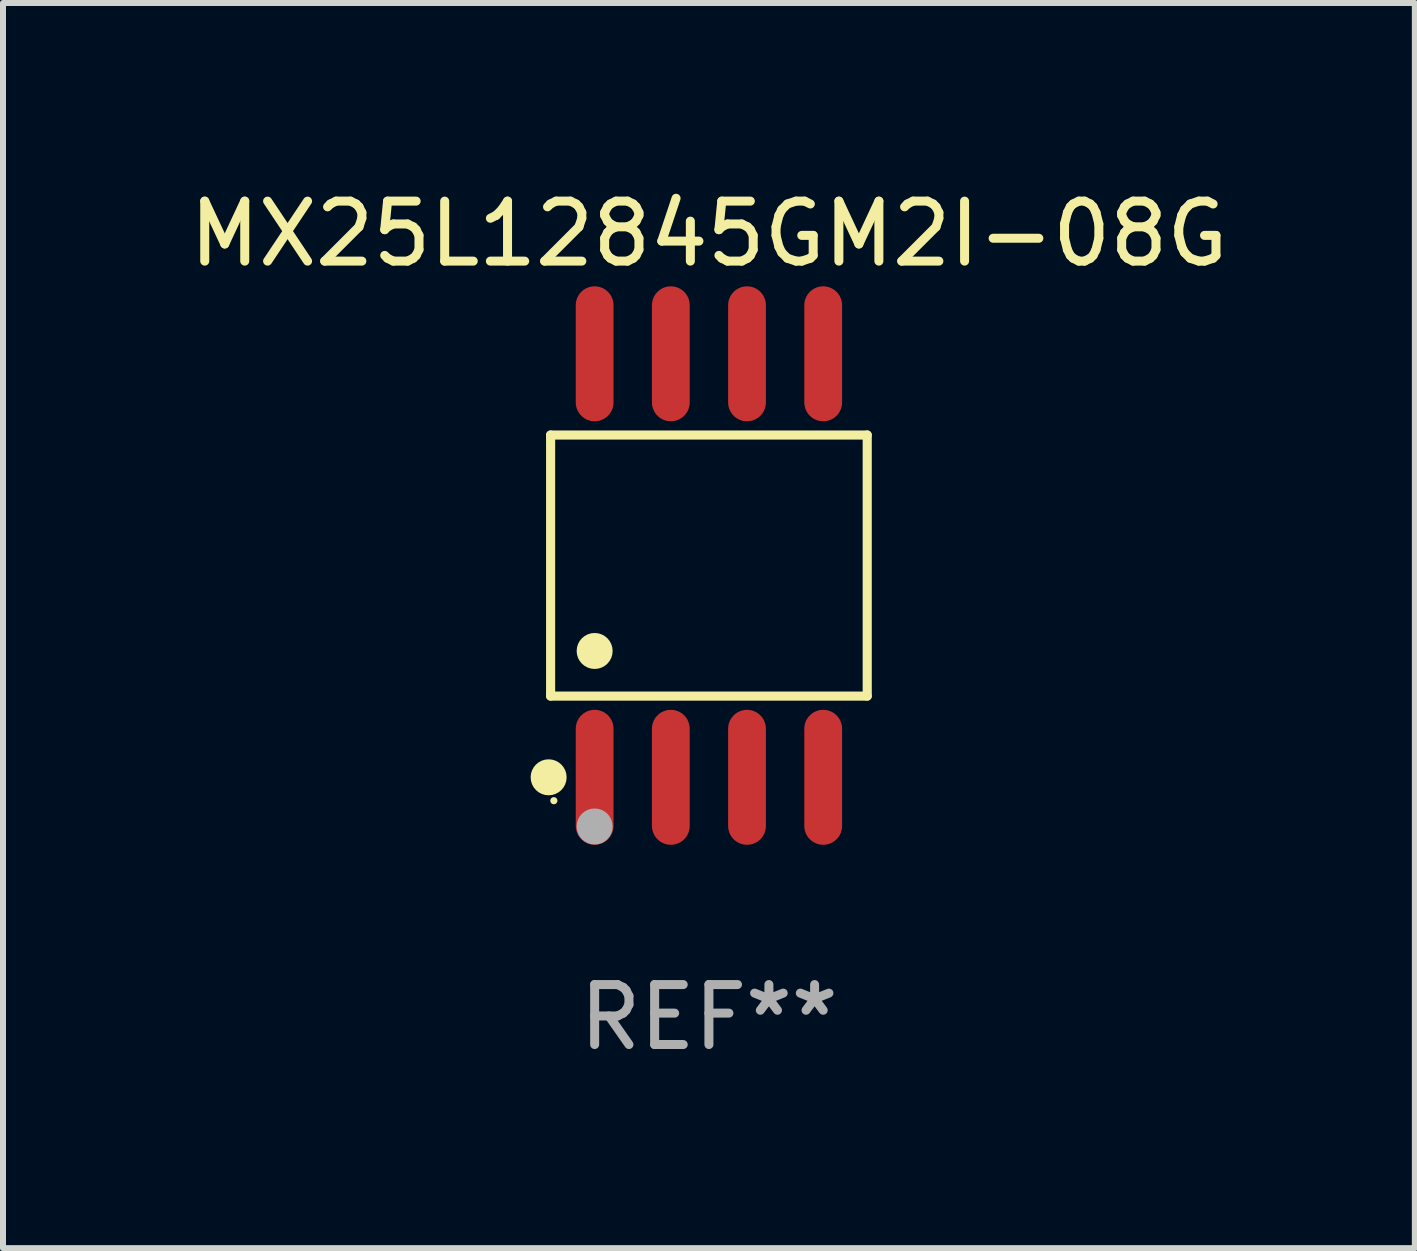
<source format=kicad_pcb>
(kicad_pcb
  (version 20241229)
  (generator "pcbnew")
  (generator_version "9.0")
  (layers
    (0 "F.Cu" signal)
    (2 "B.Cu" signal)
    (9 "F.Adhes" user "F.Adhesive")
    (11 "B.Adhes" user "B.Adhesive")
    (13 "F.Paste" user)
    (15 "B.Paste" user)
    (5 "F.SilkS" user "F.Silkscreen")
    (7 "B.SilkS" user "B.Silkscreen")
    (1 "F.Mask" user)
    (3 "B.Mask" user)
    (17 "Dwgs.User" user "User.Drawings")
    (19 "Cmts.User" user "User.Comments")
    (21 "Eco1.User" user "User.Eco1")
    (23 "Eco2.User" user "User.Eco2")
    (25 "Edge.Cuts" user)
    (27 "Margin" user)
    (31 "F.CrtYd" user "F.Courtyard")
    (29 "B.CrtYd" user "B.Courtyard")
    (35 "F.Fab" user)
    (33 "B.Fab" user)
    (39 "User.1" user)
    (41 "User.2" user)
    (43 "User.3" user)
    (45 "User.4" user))
  (footprint "MX25L12845GM2I-08G"
    (layer "F.Cu")
    (at 8.768 6.378)
    (property "Reference" "MX25L12845GM2I-08G" (at 0 -5.53 0) (layer "F.SilkS") (effects (font (size 1 1) (thickness 0.15))))
    (attr through_hole)
    (fp_line (start -2.639 -2.176) (end 2.639 -2.176) (stroke (width 0.152) (type solid)) (layer "F.SilkS"))
    (fp_line (start -2.639 2.176) (end -2.639 -2.176) (stroke (width 0.152) (type solid)) (layer "F.SilkS"))
    (fp_line (start 2.639 -2.176) (end 2.639 2.176) (stroke (width 0.152) (type solid)) (layer "F.SilkS"))
    (fp_line (start 2.639 2.176) (end -2.639 2.176) (stroke (width 0.152) (type solid)) (layer "F.SilkS"))
    (fp_circle (center -2.672 3.53) (end -2.522 3.53) (stroke (width 0.3) (type solid)) (fill no) (layer "F.SilkS"))
    (fp_circle (center -2.585 3.92) (end -2.555 3.92) (stroke (width 0.06) (type solid)) (fill no) (layer "F.SilkS"))
    (fp_circle (center -1.905 1.424) (end -1.755 1.424) (stroke (width 0.3) (type solid)) (fill no) (layer "F.SilkS"))
    (fp_circle (center -1.905 4.35) (end -1.755 4.35) (stroke (width 0.3) (type solid)) (fill no) (layer "F.Fab"))
    (fp_text user "REF**" (at 0 7.53 0) (layer "F.Fab") (effects (font (size 1 1) (thickness 0.15))))
    (pad "1" smd oval (at -1.905 3.53) (size 0.63 2.25) (layers "F.Cu" "F.Mask" "F.Paste"))
    (pad "2" smd oval (at -0.635 3.53) (size 0.63 2.25) (layers "F.Cu" "F.Mask" "F.Paste"))
    (pad "3" smd oval (at 0.635 3.53) (size 0.63 2.25) (layers "F.Cu" "F.Mask" "F.Paste"))
    (pad "4" smd oval (at 1.905 3.53) (size 0.63 2.25) (layers "F.Cu" "F.Mask" "F.Paste"))
    (pad "5" smd oval (at 1.905 -3.53) (size 0.63 2.25) (layers "F.Cu" "F.Mask" "F.Paste"))
    (pad "6" smd oval (at 0.635 -3.53) (size 0.63 2.25) (layers "F.Cu" "F.Mask" "F.Paste"))
    (pad "7" smd oval (at -0.635 -3.53) (size 0.63 2.25) (layers "F.Cu" "F.Mask" "F.Paste"))
    (pad "8" smd oval (at -1.905 -3.53) (size 0.63 2.25) (layers "F.Cu" "F.Mask" "F.Paste")))
  (gr_rect
    (start -3 -3)
    (end 20.536 17.757)
    (stroke (width 0.1) (type default))
    (fill no)
    (layer "Edge.Cuts")))
</source>
